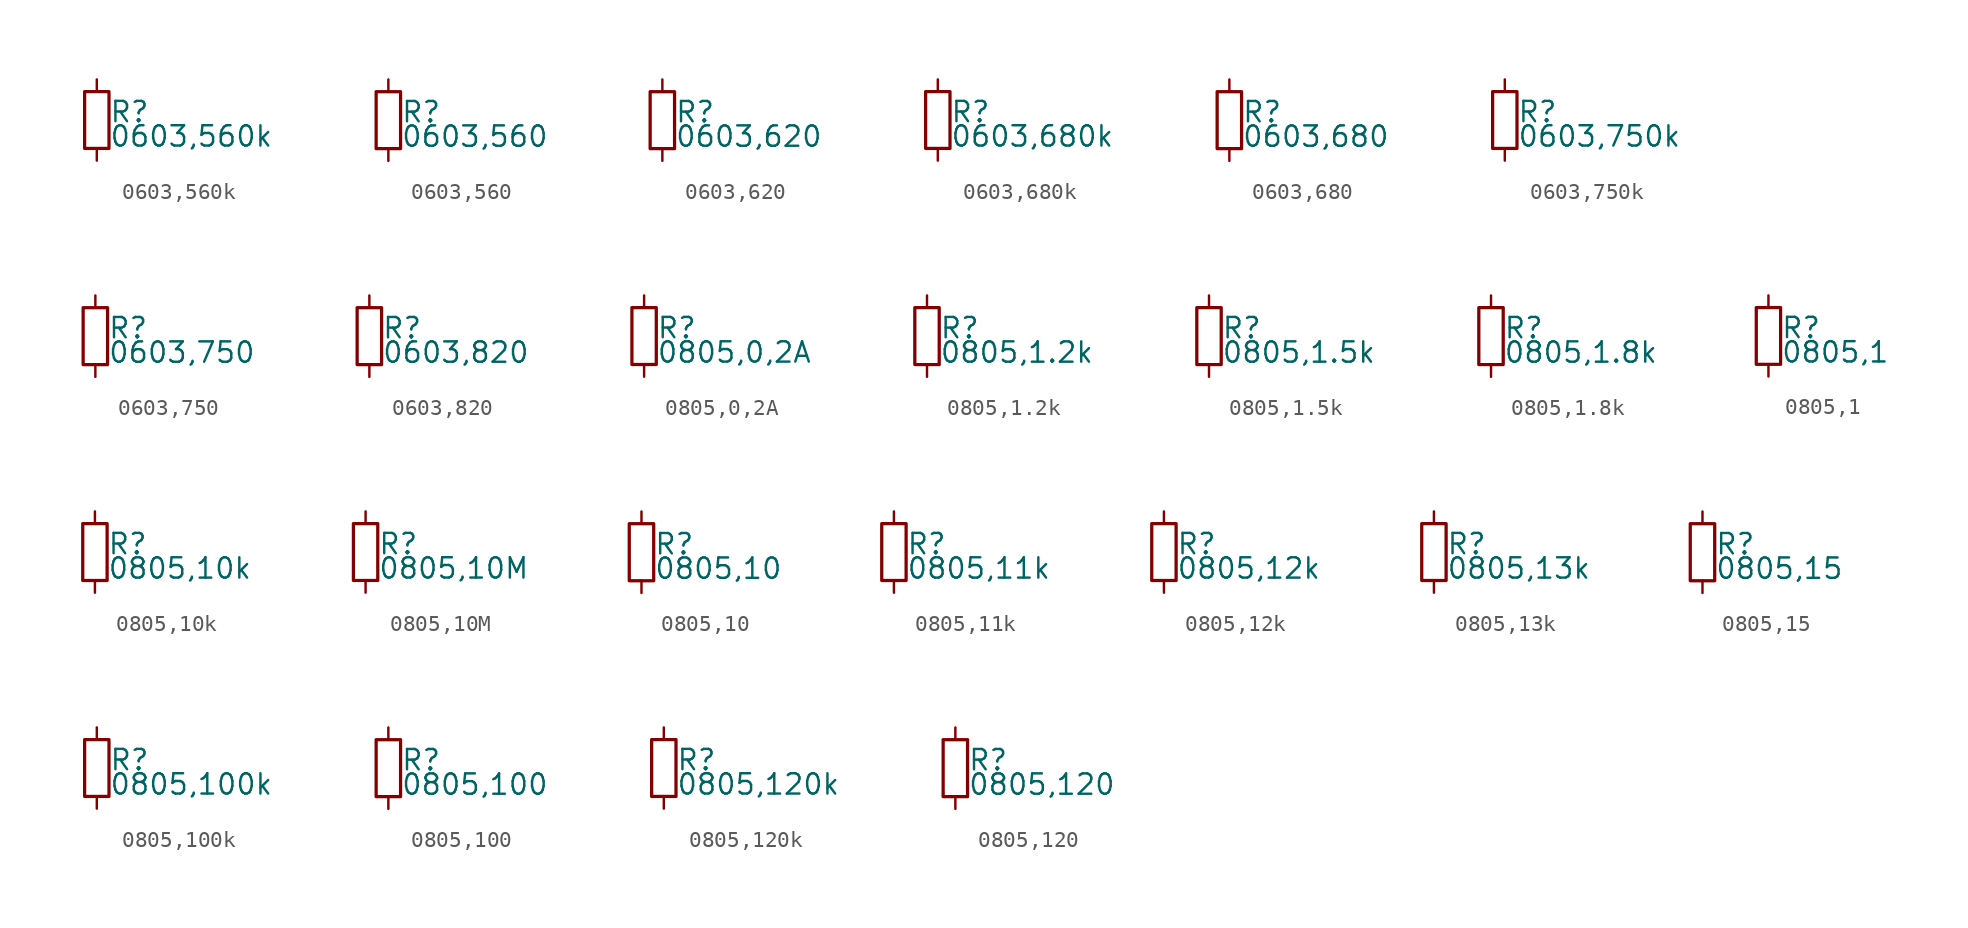
<source format=kicad_sym>
(kicad_symbol_lib
  (version 20220914)
  (generator kicad_symbol_editor)
  (symbol "0603,560k"
    (property "Reference" "R"
      (at 0.762 0.508 0)
      (effects (font (size 1.27 1.27)) (justify left)))
    (property "Value" "0603,560k"
      (at 0.762 -1.016 0)
      (effects (font (size 1.27 1.27)) (justify left)))
    (property "ki_locked" ""
      (at 0 0 0)
      (effects (font (size 1.27 1.27))))
    (symbol "0603,560k_0_0"
      (rectangle (start -0.762 1.778) (end 0.762 -1.778) (stroke (width 0.203) (type default)) (fill (type none)))
      (pin passive line (at 0 2.54 270) (length 0.762) (name "~" (effects (font (size 0 0)))) (number "1" (effects (font (size 0 0)))))
      (pin passive line (at 0 -2.54 90) (length 0.762) (name "~" (effects (font (size 0 0)))) (number "2" (effects (font (size 0 0)))))))
  (symbol "0603,560"
    (property "Reference" "R"
      (at 0.762 0.508 0)
      (effects (font (size 1.27 1.27)) (justify left)))
    (property "Value" "0603,560"
      (at 0.762 -1.016 0)
      (effects (font (size 1.27 1.27)) (justify left)))
    (property "ki_locked" ""
      (at 0 0 0)
      (effects (font (size 1.27 1.27))))
    (symbol "0603,560_0_0"
      (rectangle (start -0.762 1.778) (end 0.762 -1.778) (stroke (width 0.203) (type default)) (fill (type none)))
      (pin passive line (at 0 2.54 270) (length 0.762) (name "~" (effects (font (size 0 0)))) (number "1" (effects (font (size 0 0)))))
      (pin passive line (at 0 -2.54 90) (length 0.762) (name "~" (effects (font (size 0 0)))) (number "2" (effects (font (size 0 0)))))))
  (symbol "0603,620"
    (property "Reference" "R"
      (at 0.762 0.508 0)
      (effects (font (size 1.27 1.27)) (justify left)))
    (property "Value" "0603,620"
      (at 0.762 -1.016 0)
      (effects (font (size 1.27 1.27)) (justify left)))
    (property "ki_locked" ""
      (at 0 0 0)
      (effects (font (size 1.27 1.27))))
    (symbol "0603,620_0_0"
      (rectangle (start -0.762 1.778) (end 0.762 -1.778) (stroke (width 0.203) (type default)) (fill (type none)))
      (pin passive line (at 0 2.54 270) (length 0.762) (name "~" (effects (font (size 0 0)))) (number "1" (effects (font (size 0 0)))))
      (pin passive line (at 0 -2.54 90) (length 0.762) (name "~" (effects (font (size 0 0)))) (number "2" (effects (font (size 0 0)))))))
  (symbol "0603,680k"
    (property "Reference" "R"
      (at 0.762 0.508 0)
      (effects (font (size 1.27 1.27)) (justify left)))
    (property "Value" "0603,680k"
      (at 0.762 -1.016 0)
      (effects (font (size 1.27 1.27)) (justify left)))
    (property "ki_locked" ""
      (at 0 0 0)
      (effects (font (size 1.27 1.27))))
    (symbol "0603,680k_0_0"
      (rectangle (start -0.762 1.778) (end 0.762 -1.778) (stroke (width 0.203) (type default)) (fill (type none)))
      (pin passive line (at 0 2.54 270) (length 0.762) (name "~" (effects (font (size 0 0)))) (number "1" (effects (font (size 0 0)))))
      (pin passive line (at 0 -2.54 90) (length 0.762) (name "~" (effects (font (size 0 0)))) (number "2" (effects (font (size 0 0)))))))
  (symbol "0603,680"
    (property "Reference" "R"
      (at 0.762 0.508 0)
      (effects (font (size 1.27 1.27)) (justify left)))
    (property "Value" "0603,680"
      (at 0.762 -1.016 0)
      (effects (font (size 1.27 1.27)) (justify left)))
    (property "ki_locked" ""
      (at 0 0 0)
      (effects (font (size 1.27 1.27))))
    (symbol "0603,680_0_0"
      (rectangle (start -0.762 1.778) (end 0.762 -1.778) (stroke (width 0.203) (type default)) (fill (type none)))
      (pin passive line (at 0 2.54 270) (length 0.762) (name "~" (effects (font (size 0 0)))) (number "1" (effects (font (size 0 0)))))
      (pin passive line (at 0 -2.54 90) (length 0.762) (name "~" (effects (font (size 0 0)))) (number "2" (effects (font (size 0 0)))))))
  (symbol "0603,750k"
    (property "Reference" "R"
      (at 0.762 0.508 0)
      (effects (font (size 1.27 1.27)) (justify left)))
    (property "Value" "0603,750k"
      (at 0.762 -1.016 0)
      (effects (font (size 1.27 1.27)) (justify left)))
    (property "ki_locked" ""
      (at 0 0 0)
      (effects (font (size 1.27 1.27))))
    (symbol "0603,750k_0_0"
      (rectangle (start -0.762 1.778) (end 0.762 -1.778) (stroke (width 0.203) (type default)) (fill (type none)))
      (pin passive line (at 0 2.54 270) (length 0.762) (name "~" (effects (font (size 0 0)))) (number "1" (effects (font (size 0 0)))))
      (pin passive line (at 0 -2.54 90) (length 0.762) (name "~" (effects (font (size 0 0)))) (number "2" (effects (font (size 0 0)))))))
  (symbol "0603,750"
    (property "Reference" "R"
      (at 0.762 0.508 0)
      (effects (font (size 1.27 1.27)) (justify left)))
    (property "Value" "0603,750"
      (at 0.762 -1.016 0)
      (effects (font (size 1.27 1.27)) (justify left)))
    (property "ki_locked" ""
      (at 0 0 0)
      (effects (font (size 1.27 1.27))))
    (symbol "0603,750_0_0"
      (rectangle (start -0.762 1.778) (end 0.762 -1.778) (stroke (width 0.203) (type default)) (fill (type none)))
      (pin passive line (at 0 2.54 270) (length 0.762) (name "~" (effects (font (size 0 0)))) (number "1" (effects (font (size 0 0)))))
      (pin passive line (at 0 -2.54 90) (length 0.762) (name "~" (effects (font (size 0 0)))) (number "2" (effects (font (size 0 0)))))))
  (symbol "0603,820"
    (property "Reference" "R"
      (at 0.762 0.508 0)
      (effects (font (size 1.27 1.27)) (justify left)))
    (property "Value" "0603,820"
      (at 0.762 -1.016 0)
      (effects (font (size 1.27 1.27)) (justify left)))
    (property "ki_locked" ""
      (at 0 0 0)
      (effects (font (size 1.27 1.27))))
    (symbol "0603,820_0_0"
      (rectangle (start -0.762 1.778) (end 0.762 -1.778) (stroke (width 0.203) (type default)) (fill (type none)))
      (pin passive line (at 0 2.54 270) (length 0.762) (name "~" (effects (font (size 0 0)))) (number "1" (effects (font (size 0 0)))))
      (pin passive line (at 0 -2.54 90) (length 0.762) (name "~" (effects (font (size 0 0)))) (number "2" (effects (font (size 0 0)))))))
  (symbol "0805,0,2A"
    (property "Reference" "R"
      (at 0.762 0.508 0)
      (effects (font (size 1.27 1.27)) (justify left)))
    (property "Value" "0805,0,2A"
      (at 0.762 -1.016 0)
      (effects (font (size 1.27 1.27)) (justify left)))
    (property "ki_locked" ""
      (at 0 0 0)
      (effects (font (size 1.27 1.27))))
    (symbol "0805,0,2A_0_0"
      (rectangle (start -0.762 1.778) (end 0.762 -1.778) (stroke (width 0.203) (type default)) (fill (type none)))
      (pin passive line (at 0 2.54 270) (length 0.762) (name "~" (effects (font (size 0 0)))) (number "1" (effects (font (size 0 0)))))
      (pin passive line (at 0 -2.54 90) (length 0.762) (name "~" (effects (font (size 0 0)))) (number "2" (effects (font (size 0 0)))))))
  (symbol "0805,1.2k"
    (property "Reference" "R"
      (at 0.762 0.508 0)
      (effects (font (size 1.27 1.27)) (justify left)))
    (property "Value" "0805,1.2k"
      (at 0.762 -1.016 0)
      (effects (font (size 1.27 1.27)) (justify left)))
    (property "ki_locked" ""
      (at 0 0 0)
      (effects (font (size 1.27 1.27))))
    (symbol "0805,1.2k_0_0"
      (rectangle (start -0.762 1.778) (end 0.762 -1.778) (stroke (width 0.203) (type default)) (fill (type none)))
      (pin passive line (at 0 2.54 270) (length 0.762) (name "~" (effects (font (size 0 0)))) (number "1" (effects (font (size 0 0)))))
      (pin passive line (at 0 -2.54 90) (length 0.762) (name "~" (effects (font (size 0 0)))) (number "2" (effects (font (size 0 0)))))))
  (symbol "0805,1.5k"
    (property "Reference" "R"
      (at 0.762 0.508 0)
      (effects (font (size 1.27 1.27)) (justify left)))
    (property "Value" "0805,1.5k"
      (at 0.762 -1.016 0)
      (effects (font (size 1.27 1.27)) (justify left)))
    (property "ki_locked" ""
      (at 0 0 0)
      (effects (font (size 1.27 1.27))))
    (symbol "0805,1.5k_0_0"
      (rectangle (start -0.762 1.778) (end 0.762 -1.778) (stroke (width 0.203) (type default)) (fill (type none)))
      (pin passive line (at 0 2.54 270) (length 0.762) (name "~" (effects (font (size 0 0)))) (number "1" (effects (font (size 0 0)))))
      (pin passive line (at 0 -2.54 90) (length 0.762) (name "~" (effects (font (size 0 0)))) (number "2" (effects (font (size 0 0)))))))
  (symbol "0805,1.8k"
    (property "Reference" "R"
      (at 0.762 0.508 0)
      (effects (font (size 1.27 1.27)) (justify left)))
    (property "Value" "0805,1.8k"
      (at 0.762 -1.016 0)
      (effects (font (size 1.27 1.27)) (justify left)))
    (property "ki_locked" ""
      (at 0 0 0)
      (effects (font (size 1.27 1.27))))
    (symbol "0805,1.8k_0_0"
      (rectangle (start -0.762 1.778) (end 0.762 -1.778) (stroke (width 0.203) (type default)) (fill (type none)))
      (pin passive line (at 0 2.54 270) (length 0.762) (name "~" (effects (font (size 0 0)))) (number "1" (effects (font (size 0 0)))))
      (pin passive line (at 0 -2.54 90) (length 0.762) (name "~" (effects (font (size 0 0)))) (number "2" (effects (font (size 0 0)))))))
  (symbol "0805,1"
    (property "Reference" "R"
      (at 0.762 0.508 0)
      (effects (font (size 1.27 1.27)) (justify left)))
    (property "Value" "0805,1"
      (at 0.762 -1.016 0)
      (effects (font (size 1.27 1.27)) (justify left)))
    (property "ki_locked" ""
      (at 0 0 0)
      (effects (font (size 1.27 1.27))))
    (symbol "0805,1_0_0"
      (rectangle (start -0.762 1.778) (end 0.762 -1.778) (stroke (width 0.203) (type default)) (fill (type none)))
      (pin passive line (at 0 2.54 270) (length 0.762) (name "~" (effects (font (size 0 0)))) (number "1" (effects (font (size 0 0)))))
      (pin passive line (at 0 -2.54 90) (length 0.762) (name "~" (effects (font (size 0 0)))) (number "2" (effects (font (size 0 0)))))))
  (symbol "0805,10k"
    (property "Reference" "R"
      (at 0.762 0.508 0)
      (effects (font (size 1.27 1.27)) (justify left)))
    (property "Value" "0805,10k"
      (at 0.762 -1.016 0)
      (effects (font (size 1.27 1.27)) (justify left)))
    (property "ki_locked" ""
      (at 0 0 0)
      (effects (font (size 1.27 1.27))))
    (symbol "0805,10k_0_0"
      (rectangle (start -0.762 1.778) (end 0.762 -1.778) (stroke (width 0.203) (type default)) (fill (type none)))
      (pin passive line (at 0 2.54 270) (length 0.762) (name "~" (effects (font (size 0 0)))) (number "1" (effects (font (size 0 0)))))
      (pin passive line (at 0 -2.54 90) (length 0.762) (name "~" (effects (font (size 0 0)))) (number "2" (effects (font (size 0 0)))))))
  (symbol "0805,10M"
    (property "Reference" "R"
      (at 0.762 0.508 0)
      (effects (font (size 1.27 1.27)) (justify left)))
    (property "Value" "0805,10M"
      (at 0.762 -1.016 0)
      (effects (font (size 1.27 1.27)) (justify left)))
    (property "ki_locked" ""
      (at 0 0 0)
      (effects (font (size 1.27 1.27))))
    (symbol "0805,10M_0_0"
      (rectangle (start -0.762 1.778) (end 0.762 -1.778) (stroke (width 0.203) (type default)) (fill (type none)))
      (pin passive line (at 0 2.54 270) (length 0.762) (name "~" (effects (font (size 0 0)))) (number "1" (effects (font (size 0 0)))))
      (pin passive line (at 0 -2.54 90) (length 0.762) (name "~" (effects (font (size 0 0)))) (number "2" (effects (font (size 0 0)))))))
  (symbol "0805,10"
    (property "Reference" "R"
      (at 0.762 0.508 0)
      (effects (font (size 1.27 1.27)) (justify left)))
    (property "Value" "0805,10"
      (at 0.762 -1.016 0)
      (effects (font (size 1.27 1.27)) (justify left)))
    (property "ki_locked" ""
      (at 0 0 0)
      (effects (font (size 1.27 1.27))))
    (symbol "0805,10_0_0"
      (rectangle (start -0.762 1.778) (end 0.762 -1.778) (stroke (width 0.203) (type default)) (fill (type none)))
      (pin passive line (at 0 2.54 270) (length 0.762) (name "~" (effects (font (size 0 0)))) (number "1" (effects (font (size 0 0)))))
      (pin passive line (at 0 -2.54 90) (length 0.762) (name "~" (effects (font (size 0 0)))) (number "2" (effects (font (size 0 0)))))))
  (symbol "0805,11k"
    (property "Reference" "R"
      (at 0.762 0.508 0)
      (effects (font (size 1.27 1.27)) (justify left)))
    (property "Value" "0805,11k"
      (at 0.762 -1.016 0)
      (effects (font (size 1.27 1.27)) (justify left)))
    (property "ki_locked" ""
      (at 0 0 0)
      (effects (font (size 1.27 1.27))))
    (symbol "0805,11k_0_0"
      (rectangle (start -0.762 1.778) (end 0.762 -1.778) (stroke (width 0.203) (type default)) (fill (type none)))
      (pin passive line (at 0 2.54 270) (length 0.762) (name "~" (effects (font (size 0 0)))) (number "1" (effects (font (size 0 0)))))
      (pin passive line (at 0 -2.54 90) (length 0.762) (name "~" (effects (font (size 0 0)))) (number "2" (effects (font (size 0 0)))))))
  (symbol "0805,12k"
    (property "Reference" "R"
      (at 0.762 0.508 0)
      (effects (font (size 1.27 1.27)) (justify left)))
    (property "Value" "0805,12k"
      (at 0.762 -1.016 0)
      (effects (font (size 1.27 1.27)) (justify left)))
    (property "ki_locked" ""
      (at 0 0 0)
      (effects (font (size 1.27 1.27))))
    (symbol "0805,12k_0_0"
      (rectangle (start -0.762 1.778) (end 0.762 -1.778) (stroke (width 0.203) (type default)) (fill (type none)))
      (pin passive line (at 0 2.54 270) (length 0.762) (name "~" (effects (font (size 0 0)))) (number "1" (effects (font (size 0 0)))))
      (pin passive line (at 0 -2.54 90) (length 0.762) (name "~" (effects (font (size 0 0)))) (number "2" (effects (font (size 0 0)))))))
  (symbol "0805,13k"
    (property "Reference" "R"
      (at 0.762 0.508 0)
      (effects (font (size 1.27 1.27)) (justify left)))
    (property "Value" "0805,13k"
      (at 0.762 -1.016 0)
      (effects (font (size 1.27 1.27)) (justify left)))
    (property "ki_locked" ""
      (at 0 0 0)
      (effects (font (size 1.27 1.27))))
    (symbol "0805,13k_0_0"
      (rectangle (start -0.762 1.778) (end 0.762 -1.778) (stroke (width 0.203) (type default)) (fill (type none)))
      (pin passive line (at 0 2.54 270) (length 0.762) (name "~" (effects (font (size 0 0)))) (number "1" (effects (font (size 0 0)))))
      (pin passive line (at 0 -2.54 90) (length 0.762) (name "~" (effects (font (size 0 0)))) (number "2" (effects (font (size 0 0)))))))
  (symbol "0805,15"
    (property "Reference" "R"
      (at 0.762 0.508 0)
      (effects (font (size 1.27 1.27)) (justify left)))
    (property "Value" "0805,15"
      (at 0.762 -1.016 0)
      (effects (font (size 1.27 1.27)) (justify left)))
    (property "ki_locked" ""
      (at 0 0 0)
      (effects (font (size 1.27 1.27))))
    (symbol "0805,15_0_0"
      (rectangle (start -0.762 1.778) (end 0.762 -1.778) (stroke (width 0.203) (type default)) (fill (type none)))
      (pin passive line (at 0 2.54 270) (length 0.762) (name "~" (effects (font (size 0 0)))) (number "1" (effects (font (size 0 0)))))
      (pin passive line (at 0 -2.54 90) (length 0.762) (name "~" (effects (font (size 0 0)))) (number "2" (effects (font (size 0 0)))))))
  (symbol "0805,100k"
    (property "Reference" "R"
      (at 0.762 0.508 0)
      (effects (font (size 1.27 1.27)) (justify left)))
    (property "Value" "0805,100k"
      (at 0.762 -1.016 0)
      (effects (font (size 1.27 1.27)) (justify left)))
    (property "ki_locked" ""
      (at 0 0 0)
      (effects (font (size 1.27 1.27))))
    (symbol "0805,100k_0_0"
      (rectangle (start -0.762 1.778) (end 0.762 -1.778) (stroke (width 0.203) (type default)) (fill (type none)))
      (pin passive line (at 0 2.54 270) (length 0.762) (name "~" (effects (font (size 0 0)))) (number "1" (effects (font (size 0 0)))))
      (pin passive line (at 0 -2.54 90) (length 0.762) (name "~" (effects (font (size 0 0)))) (number "2" (effects (font (size 0 0)))))))
  (symbol "0805,100"
    (property "Reference" "R"
      (at 0.762 0.508 0)
      (effects (font (size 1.27 1.27)) (justify left)))
    (property "Value" "0805,100"
      (at 0.762 -1.016 0)
      (effects (font (size 1.27 1.27)) (justify left)))
    (property "ki_locked" ""
      (at 0 0 0)
      (effects (font (size 1.27 1.27))))
    (symbol "0805,100_0_0"
      (rectangle (start -0.762 1.778) (end 0.762 -1.778) (stroke (width 0.203) (type default)) (fill (type none)))
      (pin passive line (at 0 2.54 270) (length 0.762) (name "~" (effects (font (size 0 0)))) (number "1" (effects (font (size 0 0)))))
      (pin passive line (at 0 -2.54 90) (length 0.762) (name "~" (effects (font (size 0 0)))) (number "2" (effects (font (size 0 0)))))))
  (symbol "0805,120k"
    (property "Reference" "R"
      (at 0.762 0.508 0)
      (effects (font (size 1.27 1.27)) (justify left)))
    (property "Value" "0805,120k"
      (at 0.762 -1.016 0)
      (effects (font (size 1.27 1.27)) (justify left)))
    (property "ki_locked" ""
      (at 0 0 0)
      (effects (font (size 1.27 1.27))))
    (symbol "0805,120k_0_0"
      (rectangle (start -0.762 1.778) (end 0.762 -1.778) (stroke (width 0.203) (type default)) (fill (type none)))
      (pin passive line (at 0 2.54 270) (length 0.762) (name "~" (effects (font (size 0 0)))) (number "1" (effects (font (size 0 0)))))
      (pin passive line (at 0 -2.54 90) (length 0.762) (name "~" (effects (font (size 0 0)))) (number "2" (effects (font (size 0 0)))))))
  (symbol "0805,120"
    (property "Reference" "R"
      (at 0.762 0.508 0)
      (effects (font (size 1.27 1.27)) (justify left)))
    (property "Value" "0805,120"
      (at 0.762 -1.016 0)
      (effects (font (size 1.27 1.27)) (justify left)))
    (property "ki_locked" ""
      (at 0 0 0)
      (effects (font (size 1.27 1.27))))
    (symbol "0805,120_0_0"
      (rectangle (start -0.762 1.778) (end 0.762 -1.778) (stroke (width 0.203) (type default)) (fill (type none)))
      (pin passive line (at 0 2.54 270) (length 0.762) (name "~" (effects (font (size 0 0)))) (number "1" (effects (font (size 0 0)))))
      (pin passive line (at 0 -2.54 90) (length 0.762) (name "~" (effects (font (size 0 0)))) (number "2" (effects (font (size 0 0))))))))
</source>
